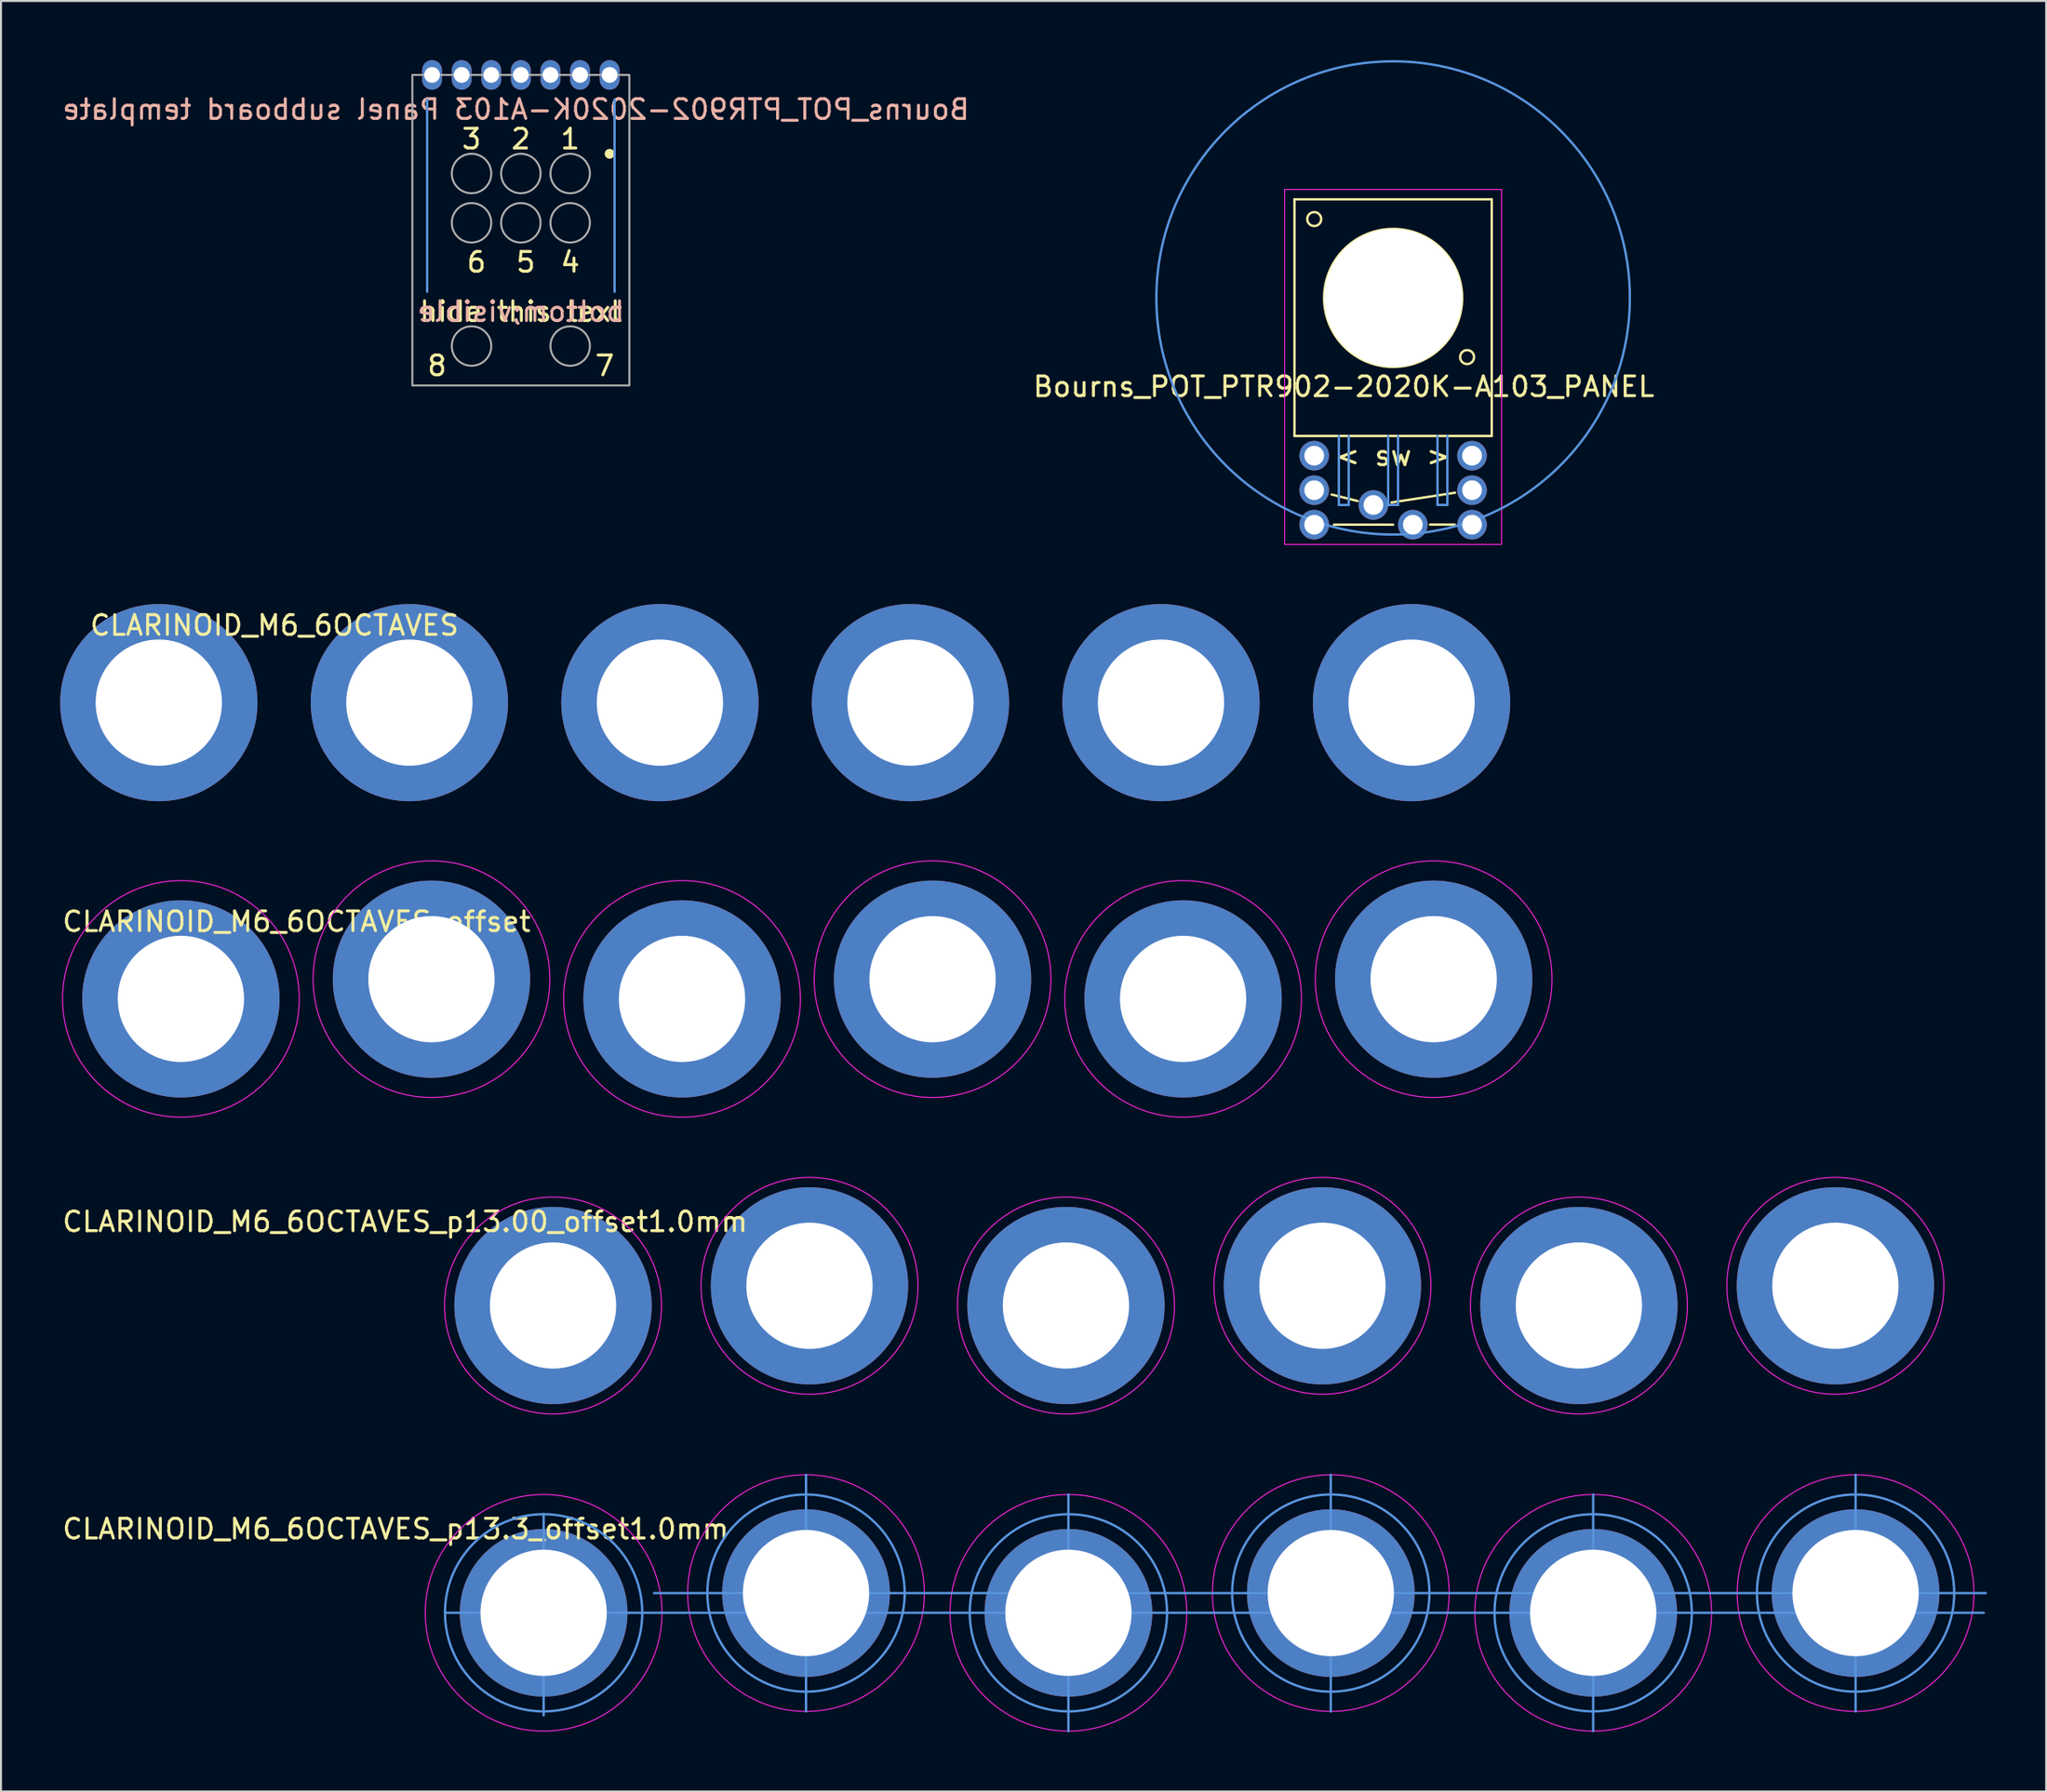
<source format=kicad_pcb>
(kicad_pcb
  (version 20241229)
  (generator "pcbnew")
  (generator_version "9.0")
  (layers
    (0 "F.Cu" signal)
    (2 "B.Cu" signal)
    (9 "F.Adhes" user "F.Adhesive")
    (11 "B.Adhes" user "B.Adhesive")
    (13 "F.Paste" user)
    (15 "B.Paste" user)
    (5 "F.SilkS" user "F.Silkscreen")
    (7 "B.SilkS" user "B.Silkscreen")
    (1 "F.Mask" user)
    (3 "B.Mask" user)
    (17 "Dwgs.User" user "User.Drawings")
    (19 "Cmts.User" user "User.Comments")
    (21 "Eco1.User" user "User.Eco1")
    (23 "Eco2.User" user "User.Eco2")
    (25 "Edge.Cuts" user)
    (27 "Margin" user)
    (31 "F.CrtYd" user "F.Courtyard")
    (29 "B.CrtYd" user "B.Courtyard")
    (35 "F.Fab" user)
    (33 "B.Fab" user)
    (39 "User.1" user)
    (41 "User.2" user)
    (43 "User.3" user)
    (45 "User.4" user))
  (footprint "CLARINOID_M6_6OCTAVES_offset"
    (layer "F.Cu")
    (at 44.22 47.61)
    (property "Reference" "CLARINOID_M6_6OCTAVES_offset" (at -32.238 -3.919 0) (layer "F.SilkS") (effects (font (size 1 1) (thickness 0.15))))
    (attr exclude_from_pos_files exclude_from_bom)
    (fp_circle (center -38.1 0) (end -32.1 0) (stroke (width 0.05) (type solid)) (fill no) (layer "F.CrtYd"))
    (fp_circle (center -25.4 -1) (end -19.4 -1) (stroke (width 0.05) (type solid)) (fill no) (layer "F.CrtYd"))
    (fp_circle (center -12.7 0) (end -6.7 0) (stroke (width 0.05) (type solid)) (fill no) (layer "F.CrtYd"))
    (fp_circle (center 0 -1) (end 6 -1) (stroke (width 0.05) (type solid)) (fill no) (layer "F.CrtYd"))
    (fp_circle (center 12.7 0) (end 18.7 0) (stroke (width 0.05) (type solid)) (fill no) (layer "F.CrtYd"))
    (fp_circle (center 25.4 -1) (end 31.4 -1) (stroke (width 0.05) (type solid)) (fill no) (layer "F.CrtYd"))
    (pad "1" thru_hole circle (at -38.1 0) (size 10 10) (drill 6.4) (layers "*.Cu" "*.Mask"))
    (pad "2" thru_hole circle (at -25.4 -1) (size 10 10) (drill 6.4) (layers "*.Cu" "*.Mask"))
    (pad "3" thru_hole circle (at -12.7 0) (size 10 10) (drill 6.4) (layers "*.Cu" "*.Mask"))
    (pad "4" thru_hole circle (at 0 -1) (size 10 10) (drill 6.4) (layers "*.Cu" "*.Mask"))
    (pad "5" thru_hole circle (at 12.7 0) (size 10 10) (drill 6.4) (layers "*.Cu" "*.Mask"))
    (pad "6" thru_hole circle (at 25.4 -1) (size 10 10) (drill 6.4) (layers "*.Cu" "*.Mask")))
  (footprint "Bourns_POT_PTR902-2020K-A103 Panel subboard template"
    (layer "F.Cu")
    (at 25.851 5.75)
    (property "Reference" "Bourns_POT_PTR902-2020K-A103 Panel subboard template" (at -2.75 -3.25 0) (layer "B.SilkS") (effects (font (size 1 1) (thickness 0.15)) (justify mirror)))
    (attr through_hole)
    (fp_circle (center 2 -1) (end 2.25 -1) (stroke (width 0) (type solid)) (fill yes) (layer "F.SilkS"))
    (fp_line (start -7.25 -3.75) (end -7.25 6) (stroke (width 0.12) (type solid)) (layer "Cmts.User"))
    (fp_line (start 2.25 6) (end 2.25 -3.75) (stroke (width 0.12) (type solid)) (layer "Cmts.User"))
    (fp_rect (start -8 -5) (end 3 10.75) (stroke (width 0.1) (type solid)) (fill no) (layer "F.Fab"))
    (fp_circle (center -5 0) (end -4 0) (stroke (width 0.1) (type solid)) (fill no) (layer "F.Fab"))
    (fp_circle (center -5 2.5) (end -4 2.5) (stroke (width 0.1) (type solid)) (fill no) (layer "F.Fab"))
    (fp_circle (center -5 8.75) (end -4 8.75) (stroke (width 0.1) (type solid)) (fill no) (layer "F.Fab"))
    (fp_circle (center -2.5 0) (end -1.5 0) (stroke (width 0.1) (type solid)) (fill no) (layer "F.Fab"))
    (fp_circle (center -2.5 2.5) (end -1.5 2.5) (stroke (width 0.1) (type solid)) (fill no) (layer "F.Fab"))
    (fp_circle (center 0 0) (end 1 0) (stroke (width 0.1) (type solid)) (fill no) (layer "F.Fab"))
    (fp_circle (center 0 2.5) (end 1 2.5) (stroke (width 0.1) (type solid)) (fill no) (layer "F.Fab"))
    (fp_circle (center 0 8.75) (end 1 8.75) (stroke (width 0.1) (type solid)) (fill no) (layer "F.Fab"))
    (fp_text user "3" (at -5 -1.75 0) (unlocked yes) (layer "F.SilkS") (effects (font (size 1 1) (thickness 0.15))))
    (fp_text user "4" (at 0 4.5 0) (unlocked yes) (layer "F.SilkS") (effects (font (size 1 1) (thickness 0.15))))
    (fp_text user "1" (at 0 -1.75 0) (unlocked yes) (layer "F.SilkS") (effects (font (size 1 1) (thickness 0.15))))
    (fp_text user "8" (at -6.75 9.75 0) (unlocked yes) (layer "F.SilkS") (effects (font (size 1 1) (thickness 0.15))))
    (fp_text user "6" (at -4.75 4.5 0) (unlocked yes) (layer "F.SilkS") (effects (font (size 1 1) (thickness 0.15))))
    (fp_text user "2" (at -2.5 -1.75 0) (unlocked yes) (layer "F.SilkS") (effects (font (size 1 1) (thickness 0.15))))
    (fp_text user "7" (at 1.75 9.75 0) (unlocked yes) (layer "F.SilkS") (effects (font (size 1 1) (thickness 0.15))))
    (fp_text user "hide this text" (at -2.5 7 0) (unlocked yes) (layer "F.SilkS") (effects (font (size 1 1) (thickness 0.15))))
    (fp_text user "5" (at -2.25 4.5 0) (unlocked yes) (layer "F.SilkS") (effects (font (size 1 1) (thickness 0.15))))
    (fp_text user "bottom;visible" (at -2.5 7 0) (unlocked yes) (layer "B.SilkS") (effects (font (size 1 1) (thickness 0.15)) (justify mirror)))
    (pad "1" thru_hole oval (at -7 -5) (size 1 1.5) (drill 0.8) (property pad_prop_castellated) (layers "*.Cu" "*.Mask"))
    (pad "2" thru_hole oval (at -5.5 -5) (size 1 1.5) (drill 0.8) (property pad_prop_castellated) (layers "*.Cu" "*.Mask"))
    (pad "3" thru_hole oval (at -4 -5) (size 1 1.5) (drill 0.8) (property pad_prop_castellated) (layers "*.Cu" "*.Mask"))
    (pad "4" thru_hole oval (at -2.5 -5) (size 1 1.5) (drill 0.8) (property pad_prop_castellated) (layers "*.Cu" "*.Mask"))
    (pad "5" thru_hole oval (at -1 -5) (size 1 1.5) (drill 0.8) (property pad_prop_castellated) (layers "*.Cu" "*.Mask"))
    (pad "6" thru_hole oval (at 0.5 -5) (size 1 1.5) (drill 0.8) (property pad_prop_castellated) (layers "*.Cu" "*.Mask"))
    (pad "7" thru_hole oval (at 2 -5) (size 1 1.5) (drill 0.8) (property pad_prop_castellated) (layers "*.Cu" "*.Mask")))
  (footprint "Bourns_POT_PTR902-2020K-A103_PANEL"
    (layer "F.Cu")
    (at 67.565 12.06)
    (property "Reference" "Bourns_POT_PTR902-2020K-A103_PANEL" (at -2.5 4.5 0) (layer "F.SilkS") (effects (font (size 1 1) (thickness 0.15))))
    (attr through_hole)
    (fp_line (start -5 -5) (end 5 -5) (stroke (width 0.12) (type solid)) (layer "F.SilkS"))
    (fp_line (start -5 7) (end -5 -5) (stroke (width 0.12) (type solid)) (layer "F.SilkS"))
    (fp_line (start -3.117 9.97) (end -1.803 10.299) (stroke (width 0.12) (type solid)) (layer "F.SilkS"))
    (fp_line (start -0.08 10.372) (end 3.141 9.878) (stroke (width 0.12) (type solid)) (layer "F.SilkS"))
    (fp_line (start 0 0.5) (end 0 -0.5) (stroke (width 0.12) (type solid)) (layer "F.SilkS"))
    (fp_line (start 0 11.5) (end -3 11.5) (stroke (width 0.12) (type solid)) (layer "F.SilkS"))
    (fp_line (start 0.5 0) (end -0.5 0) (stroke (width 0.12) (type solid)) (layer "F.SilkS"))
    (fp_line (start 3.124 11.495) (end 1.87 11.495) (stroke (width 0.12) (type solid)) (layer "F.SilkS"))
    (fp_line (start 5 -5) (end 5 0) (stroke (width 0.12) (type solid)) (layer "F.SilkS"))
    (fp_line (start 5 0) (end 5 7) (stroke (width 0.12) (type solid)) (layer "F.SilkS"))
    (fp_line (start 5 7) (end -5 7) (stroke (width 0.12) (type solid)) (layer "F.SilkS"))
    (fp_circle (center -4 -4) (end -3.75 -3.75) (stroke (width 0.12) (type solid)) (fill no) (layer "F.SilkS"))
    (fp_circle (center 0 0) (end 3 0) (stroke (width 0.12) (type solid)) (fill no) (layer "F.SilkS"))
    (fp_circle (center 0 0) (end 3.5 0) (stroke (width 0.12) (type solid)) (fill no) (layer "F.SilkS"))
    (fp_circle (center 3.75 3) (end 4 3.25) (stroke (width 0.12) (type solid)) (fill no) (layer "F.SilkS"))
    (fp_line (start -2.75 7) (end -2.75 10.5) (stroke (width 0.12) (type solid)) (layer "Cmts.User"))
    (fp_line (start -2.75 10.5) (end -2.25 10.5) (stroke (width 0.12) (type solid)) (layer "Cmts.User"))
    (fp_line (start -2.25 10.5) (end -2.25 7) (stroke (width 0.12) (type solid)) (layer "Cmts.User"))
    (fp_line (start -0.25 7) (end -0.25 10.5) (stroke (width 0.12) (type solid)) (layer "Cmts.User"))
    (fp_line (start -0.25 10.5) (end 0.25 10.5) (stroke (width 0.12) (type solid)) (layer "Cmts.User"))
    (fp_line (start 0.25 10.5) (end 0.25 7) (stroke (width 0.12) (type solid)) (layer "Cmts.User"))
    (fp_line (start 2.25 7) (end 2.25 10.5) (stroke (width 0.12) (type solid)) (layer "Cmts.User"))
    (fp_line (start 2.25 10.5) (end 2.75 10.5) (stroke (width 0.12) (type solid)) (layer "Cmts.User"))
    (fp_line (start 2.75 10.5) (end 2.75 7) (stroke (width 0.12) (type solid)) (layer "Cmts.User"))
    (fp_circle (center 0 0) (end 0.5 0) (stroke (width 0.12) (type solid)) (fill no) (layer "Cmts.User"))
    (fp_circle (center 0 0) (end 12 0) (stroke (width 0.12) (type solid)) (fill no) (layer "Cmts.User"))
    (fp_rect (start -5.5 -5.5) (end 5.5 12.5) (stroke (width 0.05) (type solid)) (fill no) (layer "F.CrtYd"))
    (fp_text user "< sw >" (at 0 8 0) (unlocked yes) (layer "F.SilkS") (effects (font (size 1 1) (thickness 0.15))))
    (pad "" np_thru_hole circle (at 0 0) (size 7 7) (drill 7) (layers "*.Cu" "*.Mask"))
    (pad "1" thru_hole circle (at -4 8) (size 1.5 1.5) (drill 1) (layers "*.Cu" "*.Mask"))
    (pad "2" thru_hole circle (at 4 8) (size 1.5 1.5) (drill 1) (layers "*.Cu" "*.Mask"))
    (pad "3" thru_hole circle (at 4 9.75) (size 1.5 1.5) (drill 1) (layers "*.Cu" "*.Mask"))
    (pad "4" thru_hole circle (at -1 10.5) (size 1.5 1.5) (drill 1) (layers "*.Cu" "*.Mask"))
    (pad "5" thru_hole circle (at -4 9.75) (size 1.5 1.5) (drill 1) (layers "*.Cu" "*.Mask"))
    (pad "6" thru_hole circle (at 4 11.5) (size 1.5 1.5) (drill 1) (layers "*.Cu" "*.Mask"))
    (pad "7" thru_hole circle (at 1 11.5) (size 1.5 1.5) (drill 1) (layers "*.Cu" "*.Mask"))
    (pad "8" thru_hole circle (at -4 11.5) (size 1.5 1.5) (drill 1) (layers "*.Cu" "*.Mask")))
  (footprint "CLARINOID_M6_6OCTAVES_p13.00_offset1.0mm"
    (layer "F.Cu")
    (at 24.982 63.16)
    (property "Reference" "CLARINOID_M6_6OCTAVES_p13.00_offset1.0mm" (at -7.5 -4.25 0) (layer "F.SilkS") (effects (font (size 1 1) (thickness 0.15))))
    (attr exclude_from_pos_files exclude_from_bom)
    (fp_circle (center 0 0) (end 5.5 0) (stroke (width 0.05) (type solid)) (fill no) (layer "F.CrtYd"))
    (fp_circle (center 13 -1) (end 18.5 -1) (stroke (width 0.05) (type solid)) (fill no) (layer "F.CrtYd"))
    (fp_circle (center 26 0) (end 31.5 0) (stroke (width 0.05) (type solid)) (fill no) (layer "F.CrtYd"))
    (fp_circle (center 39 -1) (end 44.5 -1) (stroke (width 0.05) (type solid)) (fill no) (layer "F.CrtYd"))
    (fp_circle (center 52 0) (end 57.5 0) (stroke (width 0.05) (type solid)) (fill no) (layer "F.CrtYd"))
    (fp_circle (center 65 -1) (end 70.5 -1) (stroke (width 0.05) (type solid)) (fill no) (layer "F.CrtYd"))
    (pad "1" thru_hole circle (at 0 0) (size 10 10) (drill 6.4) (layers "*.Cu" "*.Mask"))
    (pad "2" thru_hole circle (at 13 -1) (size 10 10) (drill 6.4) (layers "*.Cu" "*.Mask"))
    (pad "3" thru_hole circle (at 26 0) (size 10 10) (drill 6.4) (layers "*.Cu" "*.Mask"))
    (pad "4" thru_hole circle (at 39 -1) (size 10 10) (drill 6.4) (layers "*.Cu" "*.Mask"))
    (pad "5" thru_hole circle (at 52 0) (size 10 10) (drill 6.4) (layers "*.Cu" "*.Mask"))
    (pad "6" thru_hole circle (at 65 -1) (size 10 10) (drill 6.4) (layers "*.Cu" "*.Mask")))
  (footprint "CLARINOID_M6_6OCTAVES_p13.3_offset1.0mm"
    (layer "F.Cu")
    (at 24.506 78.745)
    (property "Reference" "CLARINOID_M6_6OCTAVES_p13.3_offset1.0mm" (at -7.5 -4.25 0) (layer "F.SilkS") (effects (font (size 1 1) (thickness 0.15))))
    (attr exclude_from_pos_files exclude_from_bom)
    (fp_line (start -5 0) (end 73 0) (stroke (width 0.12) (type solid)) (layer "Cmts.User"))
    (fp_line (start 0 -5) (end 0 5.2) (stroke (width 0.12) (type solid)) (layer "Cmts.User"))
    (fp_line (start 5.6 -1) (end 73.1 -1) (stroke (width 0.12) (type solid)) (layer "Cmts.User"))
    (fp_line (start 13.3 -7) (end 13.3 5) (stroke (width 0.12) (type solid)) (layer "Cmts.User"))
    (fp_line (start 26.6 6) (end 26.6 -6) (stroke (width 0.12) (type solid)) (layer "Cmts.User"))
    (fp_line (start 39.9 -7) (end 39.9 5) (stroke (width 0.12) (type solid)) (layer "Cmts.User"))
    (fp_line (start 53.2 6) (end 53.2 -6) (stroke (width 0.12) (type solid)) (layer "Cmts.User"))
    (fp_line (start 66.5 -7) (end 66.5 5) (stroke (width 0.12) (type solid)) (layer "Cmts.User"))
    (fp_circle (center 0 0) (end 5 0) (stroke (width 0.12) (type solid)) (fill no) (layer "Cmts.User"))
    (fp_circle (center 13.3 -1) (end 18.3 -1) (stroke (width 0.12) (type solid)) (fill no) (layer "Cmts.User"))
    (fp_circle (center 26.6 0) (end 31.6 0) (stroke (width 0.12) (type solid)) (fill no) (layer "Cmts.User"))
    (fp_circle (center 39.9 -1) (end 44.9 -1) (stroke (width 0.12) (type solid)) (fill no) (layer "Cmts.User"))
    (fp_circle (center 53.2 0) (end 58.2 0) (stroke (width 0.12) (type solid)) (fill no) (layer "Cmts.User"))
    (fp_circle (center 66.5 -1) (end 71.5 -1) (stroke (width 0.12) (type solid)) (fill no) (layer "Cmts.User"))
    (fp_circle (center 0 0) (end 6 0) (stroke (width 0.05) (type solid)) (fill no) (layer "F.CrtYd"))
    (fp_circle (center 13.3 -1) (end 19.3 -1) (stroke (width 0.05) (type solid)) (fill no) (layer "F.CrtYd"))
    (fp_circle (center 26.6 0) (end 32.6 0) (stroke (width 0.05) (type solid)) (fill no) (layer "F.CrtYd"))
    (fp_circle (center 39.9 -1) (end 45.9 -1) (stroke (width 0.05) (type solid)) (fill no) (layer "F.CrtYd"))
    (fp_circle (center 53.2 0) (end 59.2 0) (stroke (width 0.05) (type solid)) (fill no) (layer "F.CrtYd"))
    (fp_circle (center 66.5 -1) (end 72.5 -1) (stroke (width 0.05) (type solid)) (fill no) (layer "F.CrtYd"))
    (pad "1" thru_hole circle (at 0 0) (size 8.5 8.5) (drill 6.4) (layers "*.Cu" "*.Mask"))
    (pad "2" thru_hole circle (at 13.3 -1) (size 8.5 8.5) (drill 6.4) (layers "*.Cu" "*.Mask"))
    (pad "3" thru_hole circle (at 26.6 0) (size 8.5 8.5) (drill 6.4) (layers "*.Cu" "*.Mask"))
    (pad "4" thru_hole circle (at 39.9 -1) (size 8.5 8.5) (drill 6.4) (layers "*.Cu" "*.Mask"))
    (pad "5" thru_hole circle (at 53.2 0) (size 8.5 8.5) (drill 6.4) (layers "*.Cu" "*.Mask"))
    (pad "6" thru_hole circle (at 66.5 -1) (size 8.5 8.5) (drill 6.4) (layers "*.Cu" "*.Mask")))
  (footprint "CLARINOID_M6_6OCTAVES"
    (layer "F.Cu")
    (at 43.1 32.585)
    (property "Reference" "CLARINOID_M6_6OCTAVES" (at -32.238 -3.919 0) (layer "F.SilkS") (effects (font (size 1 1) (thickness 0.15))))
    (attr exclude_from_pos_files exclude_from_bom)
    (pad "1" thru_hole circle (at -38.1 0) (size 10 10) (drill 6.4) (layers "*.Cu" "*.Mask"))
    (pad "2" thru_hole circle (at -25.4 0) (size 10 10) (drill 6.4) (layers "*.Cu" "*.Mask"))
    (pad "3" thru_hole circle (at -12.7 0) (size 10 10) (drill 6.4) (layers "*.Cu" "*.Mask"))
    (pad "4" thru_hole circle (at 0 0) (size 10 10) (drill 6.4) (layers "*.Cu" "*.Mask"))
    (pad "5" thru_hole circle (at 12.7 0) (size 10 10) (drill 6.4) (layers "*.Cu" "*.Mask"))
    (pad "6" thru_hole circle (at 25.4 0) (size 10 10) (drill 6.4) (layers "*.Cu" "*.Mask")))
  (gr_rect
    (start -3 -3)
    (end 100.666 87.805)
    (stroke (width 0.1) (type default))
    (fill no)
    (layer "Edge.Cuts")))
</source>
